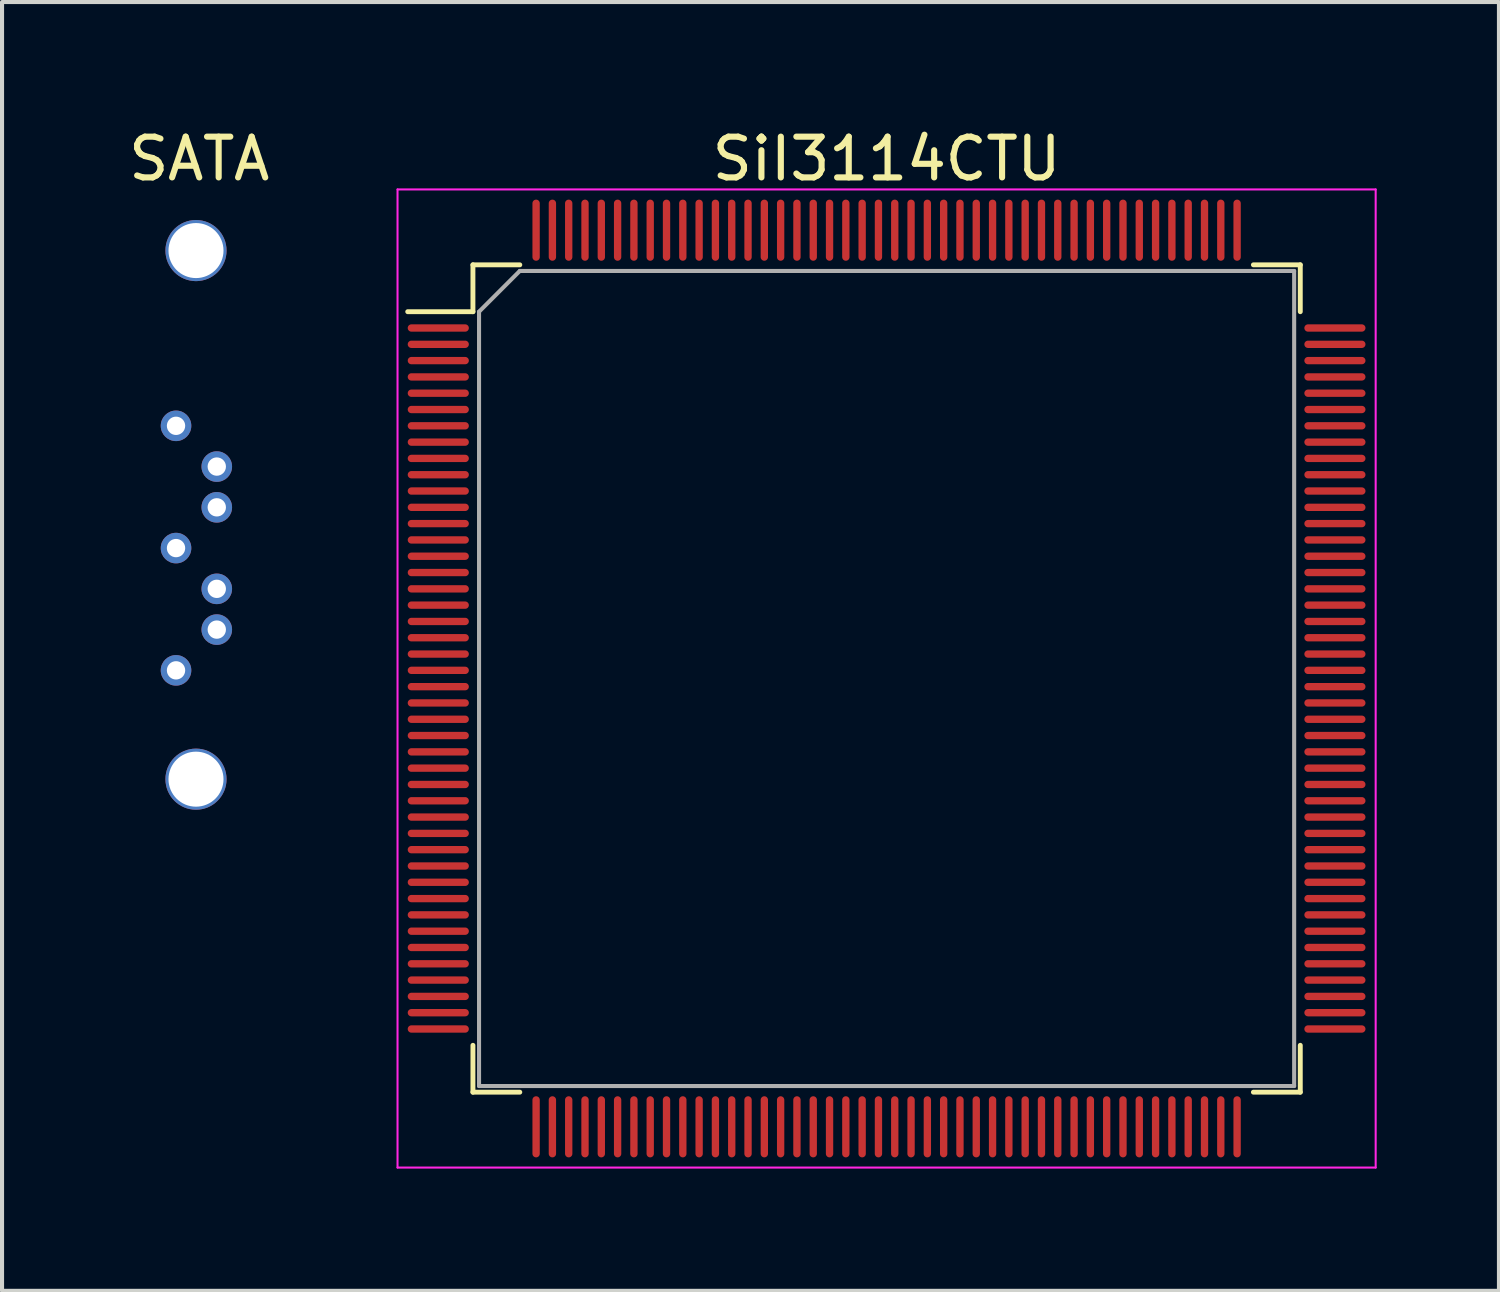
<source format=kicad_pcb>
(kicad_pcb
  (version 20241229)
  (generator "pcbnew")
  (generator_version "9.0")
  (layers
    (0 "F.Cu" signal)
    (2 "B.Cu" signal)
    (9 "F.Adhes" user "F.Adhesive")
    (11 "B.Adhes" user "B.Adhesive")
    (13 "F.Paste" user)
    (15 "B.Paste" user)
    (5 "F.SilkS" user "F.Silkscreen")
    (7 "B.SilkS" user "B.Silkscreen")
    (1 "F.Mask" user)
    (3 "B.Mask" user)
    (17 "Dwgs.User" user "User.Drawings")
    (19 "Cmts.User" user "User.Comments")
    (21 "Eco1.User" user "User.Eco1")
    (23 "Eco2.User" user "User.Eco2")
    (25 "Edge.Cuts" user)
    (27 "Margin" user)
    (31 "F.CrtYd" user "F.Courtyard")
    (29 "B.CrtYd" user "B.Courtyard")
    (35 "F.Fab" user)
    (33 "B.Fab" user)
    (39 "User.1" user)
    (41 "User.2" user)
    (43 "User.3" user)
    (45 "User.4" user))
  (footprint "SATA"
    (layer "F.Cu")
    (at 1.959 6.048)
    (property "Reference" "SATA" (at -0.12 -5.2 0) (layer "F.SilkS") (effects (font (size 1 1) (thickness 0.15))))
    (attr through_hole)
    (pad "" thru_hole circle (at -0.2 -2.95) (size 1.5 1.5) (drill 1.35) (layers "*.Cu" "*.Mask"))
    (pad "" thru_hole circle (at -0.2 10.02) (size 1.5 1.5) (drill 1.35) (layers "*.Cu" "*.Mask"))
    (pad "1" thru_hole circle (at -0.69 1.35) (size 0.75 0.75) (drill 0.45) (layers "*.Cu" "*.Mask"))
    (pad "2" thru_hole circle (at 0.31 2.35) (size 0.75 0.75) (drill 0.45) (layers "*.Cu" "*.Mask"))
    (pad "3" thru_hole circle (at 0.31 3.35) (size 0.75 0.75) (drill 0.45) (layers "*.Cu" "*.Mask"))
    (pad "4" thru_hole circle (at -0.69 4.35) (size 0.75 0.75) (drill 0.45) (layers "*.Cu" "*.Mask"))
    (pad "5" thru_hole circle (at 0.31 5.35) (size 0.75 0.75) (drill 0.45) (layers "*.Cu" "*.Mask"))
    (pad "6" thru_hole circle (at 0.31 6.35) (size 0.75 0.75) (drill 0.45) (layers "*.Cu" "*.Mask"))
    (pad "7" thru_hole circle (at -0.69 7.35) (size 0.75 0.75) (drill 0.45) (layers "*.Cu" "*.Mask")))
  (footprint "SiI3114CTU"
    (layer "F.Cu")
    (at 18.704 13.598)
    (property "Reference" "SiI3114CTU" (at 0 -12.75 0) (layer "F.SilkS") (effects (font (size 1 1) (thickness 0.15))))
    (attr smd)
    (fp_line (start -10.15 -10.15) (end -10.15 -9) (stroke (width 0.12) (type solid)) (layer "F.SilkS"))
    (fp_line (start -10.15 -9) (end -11.75 -9) (stroke (width 0.12) (type solid)) (layer "F.SilkS"))
    (fp_line (start -10.15 10.15) (end -10.15 9) (stroke (width 0.12) (type solid)) (layer "F.SilkS"))
    (fp_line (start -9 -10.15) (end -10.15 -10.15) (stroke (width 0.12) (type solid)) (layer "F.SilkS"))
    (fp_line (start -9 10.15) (end -10.15 10.15) (stroke (width 0.12) (type solid)) (layer "F.SilkS"))
    (fp_line (start 9 -10.15) (end 10.15 -10.15) (stroke (width 0.12) (type solid)) (layer "F.SilkS"))
    (fp_line (start 9 10.15) (end 10.15 10.15) (stroke (width 0.12) (type solid)) (layer "F.SilkS"))
    (fp_line (start 10.15 -10.15) (end 10.15 -9) (stroke (width 0.12) (type solid)) (layer "F.SilkS"))
    (fp_line (start 10.15 10.15) (end 10.15 9) (stroke (width 0.12) (type solid)) (layer "F.SilkS"))
    (fp_line (start -12 -12) (end 12 -12) (stroke (width 0.05) (type solid)) (layer "F.CrtYd"))
    (fp_line (start -12 12) (end -12 -12) (stroke (width 0.05) (type solid)) (layer "F.CrtYd"))
    (fp_line (start 12 -12) (end 12 12) (stroke (width 0.05) (type solid)) (layer "F.CrtYd"))
    (fp_line (start 12 12) (end -12 12) (stroke (width 0.05) (type solid)) (layer "F.CrtYd"))
    (fp_line (start -10 -9) (end -10 10) (stroke (width 0.1) (type solid)) (layer "F.Fab"))
    (fp_line (start -10 10) (end 10 10) (stroke (width 0.1) (type solid)) (layer "F.Fab"))
    (fp_line (start -9 -10) (end -10 -9) (stroke (width 0.1) (type solid)) (layer "F.Fab"))
    (fp_line (start 10 -10) (end -9 -10) (stroke (width 0.1) (type solid)) (layer "F.Fab"))
    (fp_line (start 10 10) (end 10 -10) (stroke (width 0.1) (type solid)) (layer "F.Fab"))
    (pad "1" smd oval (at -11 -8.6 90) (size 0.18 1.5) (layers "F.Cu" "F.Mask" "F.Paste"))
    (pad "2" smd oval (at -11 -8.2 90) (size 0.18 1.5) (layers "F.Cu" "F.Mask" "F.Paste"))
    (pad "3" smd oval (at -11 -7.8 90) (size 0.18 1.5) (layers "F.Cu" "F.Mask" "F.Paste"))
    (pad "4" smd oval (at -11 -7.4 90) (size 0.18 1.5) (layers "F.Cu" "F.Mask" "F.Paste"))
    (pad "5" smd oval (at -11 -7 90) (size 0.18 1.5) (layers "F.Cu" "F.Mask" "F.Paste"))
    (pad "6" smd oval (at -11 -6.6 90) (size 0.18 1.5) (layers "F.Cu" "F.Mask" "F.Paste"))
    (pad "7" smd oval (at -11 -6.2 90) (size 0.18 1.5) (layers "F.Cu" "F.Mask" "F.Paste"))
    (pad "8" smd oval (at -11 -5.8 90) (size 0.18 1.5) (layers "F.Cu" "F.Mask" "F.Paste"))
    (pad "9" smd oval (at -11 -5.4 90) (size 0.18 1.5) (layers "F.Cu" "F.Mask" "F.Paste"))
    (pad "10" smd oval (at -11 -5 90) (size 0.18 1.5) (layers "F.Cu" "F.Mask" "F.Paste"))
    (pad "11" smd oval (at -11 -4.6 90) (size 0.18 1.5) (layers "F.Cu" "F.Mask" "F.Paste"))
    (pad "12" smd oval (at -11 -4.2 90) (size 0.18 1.5) (layers "F.Cu" "F.Mask" "F.Paste"))
    (pad "13" smd oval (at -11 -3.8 90) (size 0.18 1.5) (layers "F.Cu" "F.Mask" "F.Paste"))
    (pad "14" smd oval (at -11 -3.4 90) (size 0.18 1.5) (layers "F.Cu" "F.Mask" "F.Paste"))
    (pad "15" smd oval (at -11 -3 90) (size 0.18 1.5) (layers "F.Cu" "F.Mask" "F.Paste"))
    (pad "16" smd oval (at -11 -2.6 90) (size 0.18 1.5) (layers "F.Cu" "F.Mask" "F.Paste"))
    (pad "17" smd oval (at -11 -2.2 90) (size 0.18 1.5) (layers "F.Cu" "F.Mask" "F.Paste"))
    (pad "18" smd oval (at -11 -1.8 90) (size 0.18 1.5) (layers "F.Cu" "F.Mask" "F.Paste"))
    (pad "19" smd oval (at -11 -1.4 90) (size 0.18 1.5) (layers "F.Cu" "F.Mask" "F.Paste"))
    (pad "20" smd oval (at -11 -1 90) (size 0.18 1.5) (layers "F.Cu" "F.Mask" "F.Paste"))
    (pad "21" smd oval (at -11 -0.6 90) (size 0.18 1.5) (layers "F.Cu" "F.Mask" "F.Paste"))
    (pad "22" smd oval (at -11 -0.2 90) (size 0.18 1.5) (layers "F.Cu" "F.Mask" "F.Paste"))
    (pad "23" smd oval (at -11 0.2 90) (size 0.18 1.5) (layers "F.Cu" "F.Mask" "F.Paste"))
    (pad "24" smd oval (at -11 0.6 90) (size 0.18 1.5) (layers "F.Cu" "F.Mask" "F.Paste"))
    (pad "25" smd oval (at -11 1 90) (size 0.18 1.5) (layers "F.Cu" "F.Mask" "F.Paste"))
    (pad "26" smd oval (at -11 1.4 90) (size 0.18 1.5) (layers "F.Cu" "F.Mask" "F.Paste"))
    (pad "27" smd oval (at -11 1.8 90) (size 0.18 1.5) (layers "F.Cu" "F.Mask" "F.Paste"))
    (pad "28" smd oval (at -11 2.2 90) (size 0.18 1.5) (layers "F.Cu" "F.Mask" "F.Paste"))
    (pad "29" smd oval (at -11 2.6 90) (size 0.18 1.5) (layers "F.Cu" "F.Mask" "F.Paste"))
    (pad "30" smd oval (at -11 3 90) (size 0.18 1.5) (layers "F.Cu" "F.Mask" "F.Paste"))
    (pad "31" smd oval (at -11 3.4 90) (size 0.18 1.5) (layers "F.Cu" "F.Mask" "F.Paste"))
    (pad "32" smd oval (at -11 3.8 90) (size 0.18 1.5) (layers "F.Cu" "F.Mask" "F.Paste"))
    (pad "33" smd oval (at -11 4.2 90) (size 0.18 1.5) (layers "F.Cu" "F.Mask" "F.Paste"))
    (pad "34" smd oval (at -11 4.6 90) (size 0.18 1.5) (layers "F.Cu" "F.Mask" "F.Paste"))
    (pad "35" smd oval (at -11 5 90) (size 0.18 1.5) (layers "F.Cu" "F.Mask" "F.Paste"))
    (pad "36" smd oval (at -11 5.4 90) (size 0.18 1.5) (layers "F.Cu" "F.Mask" "F.Paste"))
    (pad "37" smd oval (at -11 5.8 90) (size 0.18 1.5) (layers "F.Cu" "F.Mask" "F.Paste"))
    (pad "38" smd oval (at -11 6.2 90) (size 0.18 1.5) (layers "F.Cu" "F.Mask" "F.Paste"))
    (pad "39" smd oval (at -11 6.6 90) (size 0.18 1.5) (layers "F.Cu" "F.Mask" "F.Paste"))
    (pad "40" smd oval (at -11 7 90) (size 0.18 1.5) (layers "F.Cu" "F.Mask" "F.Paste"))
    (pad "41" smd oval (at -11 7.4 90) (size 0.18 1.5) (layers "F.Cu" "F.Mask" "F.Paste"))
    (pad "42" smd oval (at -11 7.8 90) (size 0.18 1.5) (layers "F.Cu" "F.Mask" "F.Paste"))
    (pad "43" smd oval (at -11 8.2 90) (size 0.18 1.5) (layers "F.Cu" "F.Mask" "F.Paste"))
    (pad "44" smd oval (at -11 8.6 90) (size 0.18 1.5) (layers "F.Cu" "F.Mask" "F.Paste"))
    (pad "45" smd oval (at -8.6 11) (size 0.18 1.5) (layers "F.Cu" "F.Mask" "F.Paste"))
    (pad "46" smd oval (at -8.2 11) (size 0.18 1.5) (layers "F.Cu" "F.Mask" "F.Paste"))
    (pad "47" smd oval (at -7.8 11) (size 0.18 1.5) (layers "F.Cu" "F.Mask" "F.Paste"))
    (pad "48" smd oval (at -7.4 11) (size 0.18 1.5) (layers "F.Cu" "F.Mask" "F.Paste"))
    (pad "49" smd oval (at -7 11) (size 0.18 1.5) (layers "F.Cu" "F.Mask" "F.Paste"))
    (pad "50" smd oval (at -6.6 11) (size 0.18 1.5) (layers "F.Cu" "F.Mask" "F.Paste"))
    (pad "51" smd oval (at -6.2 11) (size 0.18 1.5) (layers "F.Cu" "F.Mask" "F.Paste"))
    (pad "52" smd oval (at -5.8 11) (size 0.18 1.5) (layers "F.Cu" "F.Mask" "F.Paste"))
    (pad "53" smd oval (at -5.4 11) (size 0.18 1.5) (layers "F.Cu" "F.Mask" "F.Paste"))
    (pad "54" smd oval (at -5 11) (size 0.18 1.5) (layers "F.Cu" "F.Mask" "F.Paste"))
    (pad "55" smd oval (at -4.6 11) (size 0.18 1.5) (layers "F.Cu" "F.Mask" "F.Paste"))
    (pad "56" smd oval (at -4.2 11) (size 0.18 1.5) (layers "F.Cu" "F.Mask" "F.Paste"))
    (pad "57" smd oval (at -3.8 11) (size 0.18 1.5) (layers "F.Cu" "F.Mask" "F.Paste"))
    (pad "58" smd oval (at -3.4 11) (size 0.18 1.5) (layers "F.Cu" "F.Mask" "F.Paste"))
    (pad "59" smd oval (at -3 11) (size 0.18 1.5) (layers "F.Cu" "F.Mask" "F.Paste"))
    (pad "60" smd oval (at -2.6 11) (size 0.18 1.5) (layers "F.Cu" "F.Mask" "F.Paste"))
    (pad "61" smd oval (at -2.2 11) (size 0.18 1.5) (layers "F.Cu" "F.Mask" "F.Paste"))
    (pad "62" smd oval (at -1.8 11) (size 0.18 1.5) (layers "F.Cu" "F.Mask" "F.Paste"))
    (pad "63" smd oval (at -1.4 11) (size 0.18 1.5) (layers "F.Cu" "F.Mask" "F.Paste"))
    (pad "64" smd oval (at -1 11) (size 0.18 1.5) (layers "F.Cu" "F.Mask" "F.Paste"))
    (pad "65" smd oval (at -0.6 11) (size 0.18 1.5) (layers "F.Cu" "F.Mask" "F.Paste"))
    (pad "66" smd oval (at -0.2 11) (size 0.18 1.5) (layers "F.Cu" "F.Mask" "F.Paste"))
    (pad "67" smd oval (at 0.2 11) (size 0.18 1.5) (layers "F.Cu" "F.Mask" "F.Paste"))
    (pad "68" smd oval (at 0.6 11) (size 0.18 1.5) (layers "F.Cu" "F.Mask" "F.Paste"))
    (pad "69" smd oval (at 1 11) (size 0.18 1.5) (layers "F.Cu" "F.Mask" "F.Paste"))
    (pad "70" smd oval (at 1.4 11) (size 0.18 1.5) (layers "F.Cu" "F.Mask" "F.Paste"))
    (pad "71" smd oval (at 1.8 11) (size 0.18 1.5) (layers "F.Cu" "F.Mask" "F.Paste"))
    (pad "72" smd oval (at 2.2 11) (size 0.18 1.5) (layers "F.Cu" "F.Mask" "F.Paste"))
    (pad "73" smd oval (at 2.6 11) (size 0.18 1.5) (layers "F.Cu" "F.Mask" "F.Paste"))
    (pad "74" smd oval (at 3 11) (size 0.18 1.5) (layers "F.Cu" "F.Mask" "F.Paste"))
    (pad "75" smd oval (at 3.4 11) (size 0.18 1.5) (layers "F.Cu" "F.Mask" "F.Paste"))
    (pad "76" smd oval (at 3.8 11) (size 0.18 1.5) (layers "F.Cu" "F.Mask" "F.Paste"))
    (pad "77" smd oval (at 4.2 11) (size 0.18 1.5) (layers "F.Cu" "F.Mask" "F.Paste"))
    (pad "78" smd oval (at 4.6 11) (size 0.18 1.5) (layers "F.Cu" "F.Mask" "F.Paste"))
    (pad "79" smd oval (at 5 11) (size 0.18 1.5) (layers "F.Cu" "F.Mask" "F.Paste"))
    (pad "80" smd oval (at 5.4 11) (size 0.18 1.5) (layers "F.Cu" "F.Mask" "F.Paste"))
    (pad "81" smd oval (at 5.8 11) (size 0.18 1.5) (layers "F.Cu" "F.Mask" "F.Paste"))
    (pad "82" smd oval (at 6.2 11) (size 0.18 1.5) (layers "F.Cu" "F.Mask" "F.Paste"))
    (pad "83" smd oval (at 6.6 11) (size 0.18 1.5) (layers "F.Cu" "F.Mask" "F.Paste"))
    (pad "84" smd oval (at 7 11) (size 0.18 1.5) (layers "F.Cu" "F.Mask" "F.Paste"))
    (pad "85" smd oval (at 7.4 11) (size 0.18 1.5) (layers "F.Cu" "F.Mask" "F.Paste"))
    (pad "86" smd oval (at 7.8 11) (size 0.18 1.5) (layers "F.Cu" "F.Mask" "F.Paste"))
    (pad "87" smd oval (at 8.2 11) (size 0.18 1.5) (layers "F.Cu" "F.Mask" "F.Paste"))
    (pad "88" smd oval (at 8.6 11) (size 0.18 1.5) (layers "F.Cu" "F.Mask" "F.Paste"))
    (pad "89" smd oval (at 11 8.6 90) (size 0.18 1.5) (layers "F.Cu" "F.Mask" "F.Paste"))
    (pad "90" smd oval (at 11 8.2 90) (size 0.18 1.5) (layers "F.Cu" "F.Mask" "F.Paste"))
    (pad "91" smd oval (at 11 7.8 90) (size 0.18 1.5) (layers "F.Cu" "F.Mask" "F.Paste"))
    (pad "92" smd oval (at 11 7.4 90) (size 0.18 1.5) (layers "F.Cu" "F.Mask" "F.Paste"))
    (pad "93" smd oval (at 11 7 90) (size 0.18 1.5) (layers "F.Cu" "F.Mask" "F.Paste"))
    (pad "94" smd oval (at 11 6.6 90) (size 0.18 1.5) (layers "F.Cu" "F.Mask" "F.Paste"))
    (pad "95" smd oval (at 11 6.2 90) (size 0.18 1.5) (layers "F.Cu" "F.Mask" "F.Paste"))
    (pad "96" smd oval (at 11 5.8 90) (size 0.18 1.5) (layers "F.Cu" "F.Mask" "F.Paste"))
    (pad "97" smd oval (at 11 5.4 90) (size 0.18 1.5) (layers "F.Cu" "F.Mask" "F.Paste"))
    (pad "98" smd oval (at 11 5 90) (size 0.18 1.5) (layers "F.Cu" "F.Mask" "F.Paste"))
    (pad "99" smd oval (at 11 4.6 90) (size 0.18 1.5) (layers "F.Cu" "F.Mask" "F.Paste"))
    (pad "100" smd oval (at 11 4.2 90) (size 0.18 1.5) (layers "F.Cu" "F.Mask" "F.Paste"))
    (pad "101" smd oval (at 11 3.8 90) (size 0.18 1.5) (layers "F.Cu" "F.Mask" "F.Paste"))
    (pad "102" smd oval (at 11 3.4 90) (size 0.18 1.5) (layers "F.Cu" "F.Mask" "F.Paste"))
    (pad "103" smd oval (at 11 3 90) (size 0.18 1.5) (layers "F.Cu" "F.Mask" "F.Paste"))
    (pad "104" smd oval (at 11 2.6 90) (size 0.18 1.5) (layers "F.Cu" "F.Mask" "F.Paste"))
    (pad "105" smd oval (at 11 2.2 90) (size 0.18 1.5) (layers "F.Cu" "F.Mask" "F.Paste"))
    (pad "106" smd oval (at 11 1.8 90) (size 0.18 1.5) (layers "F.Cu" "F.Mask" "F.Paste"))
    (pad "107" smd oval (at 11 1.4 90) (size 0.18 1.5) (layers "F.Cu" "F.Mask" "F.Paste"))
    (pad "108" smd oval (at 11 1 90) (size 0.18 1.5) (layers "F.Cu" "F.Mask" "F.Paste"))
    (pad "109" smd oval (at 11 0.6 90) (size 0.18 1.5) (layers "F.Cu" "F.Mask" "F.Paste"))
    (pad "110" smd oval (at 11 0.2 90) (size 0.18 1.5) (layers "F.Cu" "F.Mask" "F.Paste"))
    (pad "111" smd oval (at 11 -0.2 90) (size 0.18 1.5) (layers "F.Cu" "F.Mask" "F.Paste"))
    (pad "112" smd oval (at 11 -0.6 90) (size 0.18 1.5) (layers "F.Cu" "F.Mask" "F.Paste"))
    (pad "113" smd oval (at 11 -1 90) (size 0.18 1.5) (layers "F.Cu" "F.Mask" "F.Paste"))
    (pad "114" smd oval (at 11 -1.4 90) (size 0.18 1.5) (layers "F.Cu" "F.Mask" "F.Paste"))
    (pad "115" smd oval (at 11 -1.8 90) (size 0.18 1.5) (layers "F.Cu" "F.Mask" "F.Paste"))
    (pad "116" smd oval (at 11 -2.2 90) (size 0.18 1.5) (layers "F.Cu" "F.Mask" "F.Paste"))
    (pad "117" smd oval (at 11 -2.6 90) (size 0.18 1.5) (layers "F.Cu" "F.Mask" "F.Paste"))
    (pad "118" smd oval (at 11 -3 90) (size 0.18 1.5) (layers "F.Cu" "F.Mask" "F.Paste"))
    (pad "119" smd oval (at 11 -3.4 90) (size 0.18 1.5) (layers "F.Cu" "F.Mask" "F.Paste"))
    (pad "120" smd oval (at 11 -3.8 90) (size 0.18 1.5) (layers "F.Cu" "F.Mask" "F.Paste"))
    (pad "121" smd oval (at 11 -4.2 90) (size 0.18 1.5) (layers "F.Cu" "F.Mask" "F.Paste"))
    (pad "122" smd oval (at 11 -4.6 90) (size 0.18 1.5) (layers "F.Cu" "F.Mask" "F.Paste"))
    (pad "123" smd oval (at 11 -5 90) (size 0.18 1.5) (layers "F.Cu" "F.Mask" "F.Paste"))
    (pad "124" smd oval (at 11 -5.4 90) (size 0.18 1.5) (layers "F.Cu" "F.Mask" "F.Paste"))
    (pad "125" smd oval (at 11 -5.8 90) (size 0.18 1.5) (layers "F.Cu" "F.Mask" "F.Paste"))
    (pad "126" smd oval (at 11 -6.2 90) (size 0.18 1.5) (layers "F.Cu" "F.Mask" "F.Paste"))
    (pad "127" smd oval (at 11 -6.6 90) (size 0.18 1.5) (layers "F.Cu" "F.Mask" "F.Paste"))
    (pad "128" smd oval (at 11 -7 90) (size 0.18 1.5) (layers "F.Cu" "F.Mask" "F.Paste"))
    (pad "129" smd oval (at 11 -7.4 90) (size 0.18 1.5) (layers "F.Cu" "F.Mask" "F.Paste"))
    (pad "130" smd oval (at 11 -7.8 90) (size 0.18 1.5) (layers "F.Cu" "F.Mask" "F.Paste"))
    (pad "131" smd oval (at 11 -8.2 90) (size 0.18 1.5) (layers "F.Cu" "F.Mask" "F.Paste"))
    (pad "132" smd oval (at 11 -8.6 90) (size 0.18 1.5) (layers "F.Cu" "F.Mask" "F.Paste"))
    (pad "133" smd oval (at 8.6 -11) (size 0.18 1.5) (layers "F.Cu" "F.Mask" "F.Paste"))
    (pad "134" smd oval (at 8.2 -11) (size 0.18 1.5) (layers "F.Cu" "F.Mask" "F.Paste"))
    (pad "135" smd oval (at 7.8 -11) (size 0.18 1.5) (layers "F.Cu" "F.Mask" "F.Paste"))
    (pad "136" smd oval (at 7.4 -11) (size 0.18 1.5) (layers "F.Cu" "F.Mask" "F.Paste"))
    (pad "137" smd oval (at 7 -11) (size 0.18 1.5) (layers "F.Cu" "F.Mask" "F.Paste"))
    (pad "138" smd oval (at 6.6 -11) (size 0.18 1.5) (layers "F.Cu" "F.Mask" "F.Paste"))
    (pad "139" smd oval (at 6.2 -11) (size 0.18 1.5) (layers "F.Cu" "F.Mask" "F.Paste"))
    (pad "140" smd oval (at 5.8 -11) (size 0.18 1.5) (layers "F.Cu" "F.Mask" "F.Paste"))
    (pad "141" smd oval (at 5.4 -11) (size 0.18 1.5) (layers "F.Cu" "F.Mask" "F.Paste"))
    (pad "142" smd oval (at 5 -11) (size 0.18 1.5) (layers "F.Cu" "F.Mask" "F.Paste"))
    (pad "143" smd oval (at 4.6 -11) (size 0.18 1.5) (layers "F.Cu" "F.Mask" "F.Paste"))
    (pad "144" smd oval (at 4.2 -11) (size 0.18 1.5) (layers "F.Cu" "F.Mask" "F.Paste"))
    (pad "145" smd oval (at 3.8 -11) (size 0.18 1.5) (layers "F.Cu" "F.Mask" "F.Paste"))
    (pad "146" smd oval (at 3.4 -11) (size 0.18 1.5) (layers "F.Cu" "F.Mask" "F.Paste"))
    (pad "147" smd oval (at 3 -11) (size 0.18 1.5) (layers "F.Cu" "F.Mask" "F.Paste"))
    (pad "148" smd oval (at 2.6 -11) (size 0.18 1.5) (layers "F.Cu" "F.Mask" "F.Paste"))
    (pad "149" smd oval (at 2.2 -11) (size 0.18 1.5) (layers "F.Cu" "F.Mask" "F.Paste"))
    (pad "150" smd oval (at 1.8 -11) (size 0.18 1.5) (layers "F.Cu" "F.Mask" "F.Paste"))
    (pad "151" smd oval (at 1.4 -11) (size 0.18 1.5) (layers "F.Cu" "F.Mask" "F.Paste"))
    (pad "152" smd oval (at 1 -11) (size 0.18 1.5) (layers "F.Cu" "F.Mask" "F.Paste"))
    (pad "153" smd oval (at 0.6 -11) (size 0.18 1.5) (layers "F.Cu" "F.Mask" "F.Paste"))
    (pad "154" smd oval (at 0.2 -11) (size 0.18 1.5) (layers "F.Cu" "F.Mask" "F.Paste"))
    (pad "155" smd oval (at -0.2 -11) (size 0.18 1.5) (layers "F.Cu" "F.Mask" "F.Paste"))
    (pad "156" smd oval (at -0.6 -11) (size 0.18 1.5) (layers "F.Cu" "F.Mask" "F.Paste"))
    (pad "157" smd oval (at -1 -11) (size 0.18 1.5) (layers "F.Cu" "F.Mask" "F.Paste"))
    (pad "158" smd oval (at -1.4 -11) (size 0.18 1.5) (layers "F.Cu" "F.Mask" "F.Paste"))
    (pad "159" smd oval (at -1.8 -11) (size 0.18 1.5) (layers "F.Cu" "F.Mask" "F.Paste"))
    (pad "160" smd oval (at -2.2 -11) (size 0.18 1.5) (layers "F.Cu" "F.Mask" "F.Paste"))
    (pad "161" smd oval (at -2.6 -11) (size 0.18 1.5) (layers "F.Cu" "F.Mask" "F.Paste"))
    (pad "162" smd oval (at -3 -11) (size 0.18 1.5) (layers "F.Cu" "F.Mask" "F.Paste"))
    (pad "163" smd oval (at -3.4 -11) (size 0.18 1.5) (layers "F.Cu" "F.Mask" "F.Paste"))
    (pad "164" smd oval (at -3.8 -11) (size 0.18 1.5) (layers "F.Cu" "F.Mask" "F.Paste"))
    (pad "165" smd oval (at -4.2 -11) (size 0.18 1.5) (layers "F.Cu" "F.Mask" "F.Paste"))
    (pad "166" smd oval (at -4.6 -11) (size 0.18 1.5) (layers "F.Cu" "F.Mask" "F.Paste"))
    (pad "167" smd oval (at -5 -11) (size 0.18 1.5) (layers "F.Cu" "F.Mask" "F.Paste"))
    (pad "168" smd oval (at -5.4 -11) (size 0.18 1.5) (layers "F.Cu" "F.Mask" "F.Paste"))
    (pad "169" smd oval (at -5.8 -11) (size 0.18 1.5) (layers "F.Cu" "F.Mask" "F.Paste"))
    (pad "170" smd oval (at -6.2 -11) (size 0.18 1.5) (layers "F.Cu" "F.Mask" "F.Paste"))
    (pad "171" smd oval (at -6.6 -11) (size 0.18 1.5) (layers "F.Cu" "F.Mask" "F.Paste"))
    (pad "172" smd oval (at -7 -11) (size 0.18 1.5) (layers "F.Cu" "F.Mask" "F.Paste"))
    (pad "173" smd oval (at -7.4 -11) (size 0.18 1.5) (layers "F.Cu" "F.Mask" "F.Paste"))
    (pad "174" smd oval (at -7.8 -11) (size 0.18 1.5) (layers "F.Cu" "F.Mask" "F.Paste"))
    (pad "175" smd oval (at -8.2 -11) (size 0.18 1.5) (layers "F.Cu" "F.Mask" "F.Paste"))
    (pad "176" smd oval (at -8.6 -11) (size 0.18 1.5) (layers "F.Cu" "F.Mask" "F.Paste")))
  (gr_rect
    (start -3 -3)
    (end 33.729 28.623)
    (stroke (width 0.1) (type default))
    (fill no)
    (layer "Edge.Cuts")))
</source>
